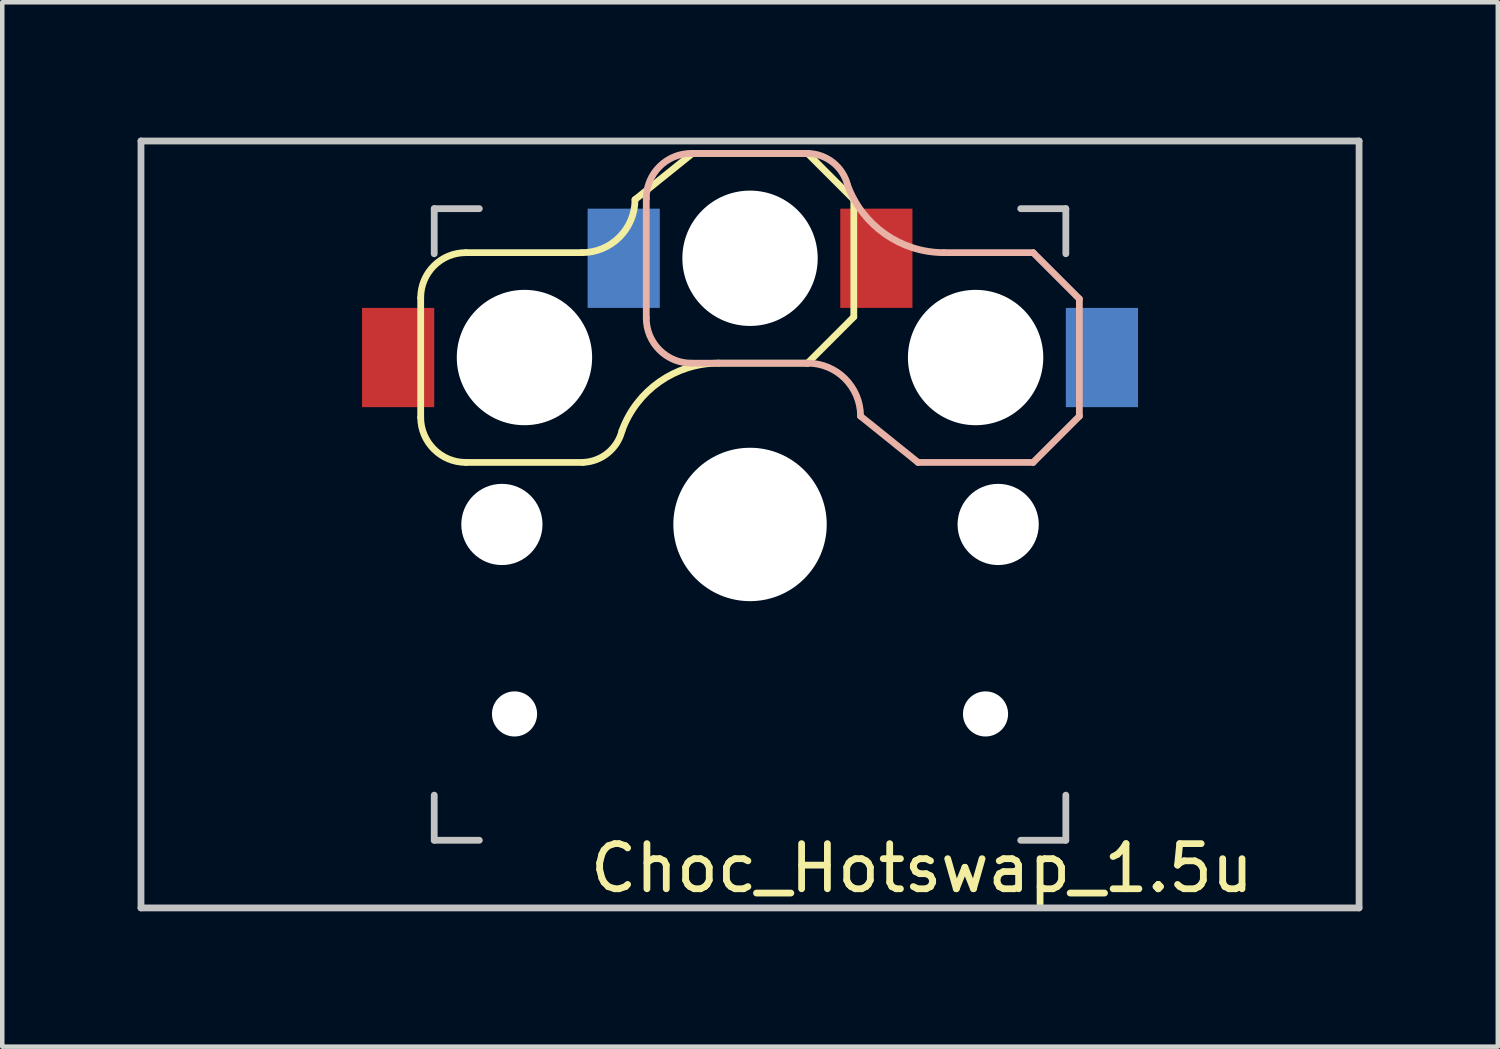
<source format=kicad_pcb>
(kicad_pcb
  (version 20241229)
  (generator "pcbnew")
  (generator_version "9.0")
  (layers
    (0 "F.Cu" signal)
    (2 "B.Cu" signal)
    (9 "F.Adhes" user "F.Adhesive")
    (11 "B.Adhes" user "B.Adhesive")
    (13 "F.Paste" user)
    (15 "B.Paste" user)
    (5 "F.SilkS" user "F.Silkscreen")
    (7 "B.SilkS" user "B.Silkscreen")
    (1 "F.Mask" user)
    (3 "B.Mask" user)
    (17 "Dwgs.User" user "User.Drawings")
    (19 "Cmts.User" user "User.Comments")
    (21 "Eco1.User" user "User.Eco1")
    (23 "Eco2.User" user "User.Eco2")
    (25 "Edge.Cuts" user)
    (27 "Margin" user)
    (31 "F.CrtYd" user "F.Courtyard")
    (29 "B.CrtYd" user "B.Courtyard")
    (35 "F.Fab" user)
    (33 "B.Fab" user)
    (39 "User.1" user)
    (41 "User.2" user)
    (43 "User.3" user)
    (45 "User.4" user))
  (footprint "Choc_Hotswap_1.5u"
    (layer "F.Cu")
    (at 13.575 8.575)
    (property "Reference" "Choc_Hotswap_1.5u" (at 3.81 7.62 180) (layer "F.SilkS") (effects (font (size 1 1) (thickness 0.15))))
    (attr through_hole)
    (fp_line (start -7.3 -5.025) (end -7.3 -2.375) (stroke (width 0.15) (type solid)) (layer "F.SilkS"))
    (fp_line (start -6.3 -6.025) (end -3.725 -6.025) (stroke (width 0.15) (type solid)) (layer "F.SilkS"))
    (fp_line (start -6.3 -1.375) (end -3.7 -1.375) (stroke (width 0.15) (type solid)) (layer "F.SilkS"))
    (fp_line (start -1.275 -8.225) (end -2.55 -7.2) (stroke (width 0.15) (type solid)) (layer "F.SilkS"))
    (fp_line (start -1.275 -8.225) (end 1.275 -8.225) (stroke (width 0.15) (type solid)) (layer "F.SilkS"))
    (fp_line (start -0.7 -3.575) (end 1.275 -3.575) (stroke (width 0.15) (type solid)) (layer "F.SilkS"))
    (fp_line (start 2.3 -7.2) (end 1.275 -8.225) (stroke (width 0.15) (type solid)) (layer "F.SilkS"))
    (fp_line (start 2.3 -7.2) (end 2.3 -4.6) (stroke (width 0.15) (type solid)) (layer "F.SilkS"))
    (fp_line (start 2.3 -4.6) (end 1.275 -3.575) (stroke (width 0.15) (type solid)) (layer "F.SilkS"))
    (fp_arc (start -7.3 -5.025) (mid -7.007107 -5.732107) (end -6.3 -6.025) (stroke (width 0.15) (type solid)) (layer "F.SilkS"))
    (fp_arc (start -6.3 -1.375) (mid -7.007107 -1.667893) (end -7.3 -2.375) (stroke (width 0.15) (type solid)) (layer "F.SilkS"))
    (fp_arc (start -2.837801 -2.078096) (mid -3.151716 -1.583979) (end -3.699005 -1.376209) (stroke (width 0.15) (type solid)) (layer "F.SilkS"))
    (fp_arc (start -2.837801 -2.078096) (mid -2.004887 -3.163571) (end -0.7 -3.575) (stroke (width 0.15) (type solid)) (layer "F.SilkS"))
    (fp_arc (start -2.55 -7.2) (mid -2.89415 -6.36915) (end -3.725 -6.025) (stroke (width 0.15) (type solid)) (layer "F.SilkS"))
    (fp_line (start -2.3 -4.575) (end -2.3 -7.225) (stroke (width 0.15) (type solid)) (layer "B.SilkS"))
    (fp_line (start -1.3 -8.225) (end 1.3 -8.225) (stroke (width 0.15) (type solid)) (layer "B.SilkS"))
    (fp_line (start -1.3 -3.575) (end 1.275 -3.575) (stroke (width 0.15) (type solid)) (layer "B.SilkS"))
    (fp_line (start 3.725 -1.375) (end 2.45 -2.4) (stroke (width 0.15) (type solid)) (layer "B.SilkS"))
    (fp_line (start 3.725 -1.375) (end 6.275 -1.375) (stroke (width 0.15) (type solid)) (layer "B.SilkS"))
    (fp_line (start 4.3 -6.025) (end 6.275 -6.025) (stroke (width 0.15) (type solid)) (layer "B.SilkS"))
    (fp_line (start 7.3 -5) (end 6.275 -6.025) (stroke (width 0.15) (type solid)) (layer "B.SilkS"))
    (fp_line (start 7.3 -2.4) (end 6.275 -1.375) (stroke (width 0.15) (type solid)) (layer "B.SilkS"))
    (fp_line (start 7.3 -2.4) (end 7.3 -5) (stroke (width 0.15) (type solid)) (layer "B.SilkS"))
    (fp_arc (start -2.3 -7.225) (mid -2.007107 -7.932107) (end -1.3 -8.225) (stroke (width 0.15) (type solid)) (layer "B.SilkS"))
    (fp_arc (start -1.3 -3.575) (mid -2.007107 -3.867893) (end -2.3 -4.575) (stroke (width 0.15) (type solid)) (layer "B.SilkS"))
    (fp_arc (start 1.275 -3.575) (mid 2.10585 -3.23085) (end 2.45 -2.4) (stroke (width 0.15) (type solid)) (layer "B.SilkS"))
    (fp_arc (start 1.300996 -8.223791) (mid 1.848285 -8.01602) (end 2.162199 -7.521903) (stroke (width 0.15) (type solid)) (layer "B.SilkS"))
    (fp_arc (start 4.3 -6.025) (mid 2.995114 -6.436429) (end 2.162199 -7.521904) (stroke (width 0.15) (type solid)) (layer "B.SilkS"))
    (fp_line (start -13.5 -8.5) (end 13.5 -8.5) (stroke (width 0.15) (type solid)) (layer "Dwgs.User"))
    (fp_line (start -13.5 8.5) (end -13.5 -8.5) (stroke (width 0.15) (type solid)) (layer "Dwgs.User"))
    (fp_line (start -7 -7) (end -7 -6) (stroke (width 0.15) (type solid)) (layer "Dwgs.User"))
    (fp_line (start -7 6) (end -7 7) (stroke (width 0.15) (type solid)) (layer "Dwgs.User"))
    (fp_line (start -7 7) (end -6 7) (stroke (width 0.15) (type solid)) (layer "Dwgs.User"))
    (fp_line (start -6 -7) (end -7 -7) (stroke (width 0.15) (type solid)) (layer "Dwgs.User"))
    (fp_line (start 6 -7) (end 7 -7) (stroke (width 0.15) (type solid)) (layer "Dwgs.User"))
    (fp_line (start 7 -7) (end 7 -6) (stroke (width 0.15) (type solid)) (layer "Dwgs.User"))
    (fp_line (start 7 6) (end 7 7) (stroke (width 0.15) (type solid)) (layer "Dwgs.User"))
    (fp_line (start 7 7) (end 6 7) (stroke (width 0.15) (type solid)) (layer "Dwgs.User"))
    (fp_line (start 13.5 -8.5) (end 13.5 8.5) (stroke (width 0.15) (type solid)) (layer "Dwgs.User"))
    (fp_line (start 13.5 8.5) (end -13.5 8.5) (stroke (width 0.15) (type solid)) (layer "Dwgs.User"))
    (pad "" np_thru_hole circle (at -5.5 0 270) (size 1.8 1.8) (drill 1.8) (layers "*.Cu" "*.Mask"))
    (pad "" np_thru_hole circle (at -5.22 4.2) (size 1 1) (drill 1) (layers "*.Cu" "*.Mask"))
    (pad "" np_thru_hole circle (at -5 -3.7 90) (size 3 3) (drill 3) (layers "*.Cu" "*.Mask"))
    (pad "" np_thru_hole circle (at 0 -5.9 270) (size 3 3) (drill 3) (layers "*.Cu" "*.Mask"))
    (pad "" np_thru_hole circle (at 0 0 270) (size 3.4 3.4) (drill 3.4) (layers "*.Cu" "*.Mask"))
    (pad "" np_thru_hole circle (at 5 -3.7 270) (size 3 3) (drill 3) (layers "*.Cu" "*.Mask"))
    (pad "" np_thru_hole circle (at 5.22 4.2) (size 1 1) (drill 1) (layers "*.Cu" "*.Mask"))
    (pad "" np_thru_hole circle (at 5.5 0 270) (size 1.8 1.8) (drill 1.8) (layers "*.Cu" "*.Mask"))
    (pad "1" smd rect (at -7.8 -3.7) (size 1.6 2.2) (layers "F.Cu" "F.Mask" "F.Paste"))
    (pad "1" smd rect (at 7.8 -3.7) (size 1.6 2.2) (layers "B.Cu" "B.Mask" "B.Paste"))
    (pad "2" smd rect (at -2.8 -5.9) (size 1.6 2.2) (layers "B.Cu" "B.Mask" "B.Paste"))
    (pad "2" smd rect (at 2.8 -5.9) (size 1.6 2.2) (layers "F.Cu" "F.Mask" "F.Paste")))
  (gr_rect
    (start -3 -3)
    (end 30.15 20.15)
    (stroke (width 0.1) (type default))
    (fill no)
    (layer "Edge.Cuts")))
</source>
